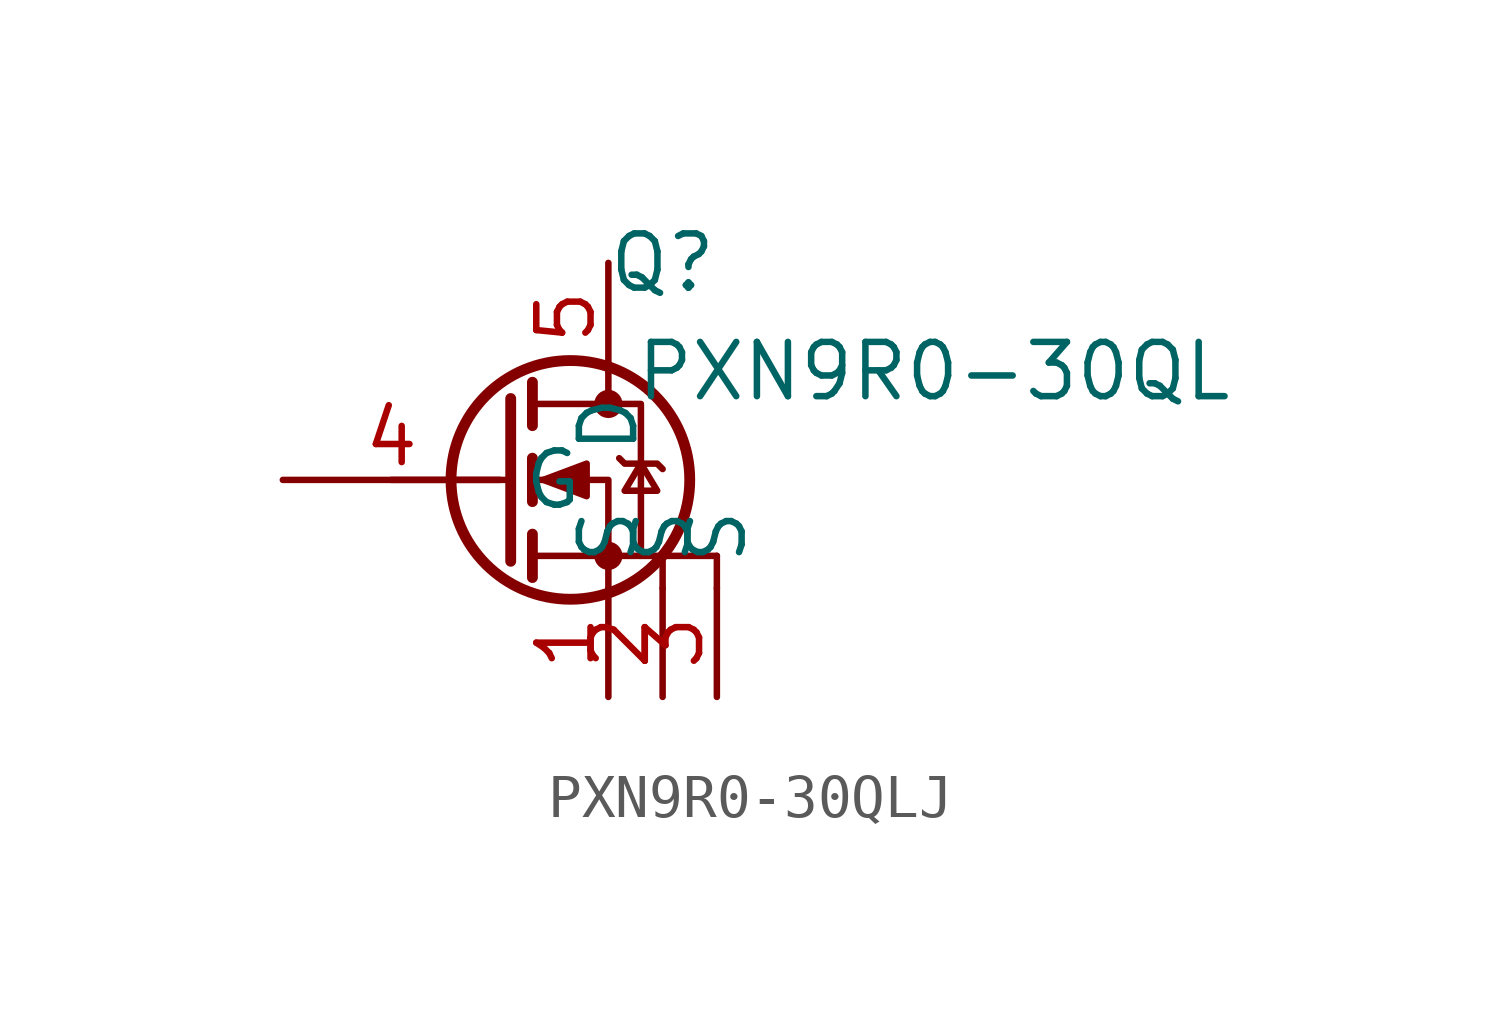
<source format=kicad_sym>
(kicad_symbol_lib
  (version 20220914)
  (generator kicad_symbol_editor)
  (symbol "PXN9R0-30QLJ"
    (property "Reference" "Q"
      (at 1.27 5.08 0)
      (effects (font (size 1.27 1.27))))
    (property "Value" "PXN9R0-30QL"
      (at 7.62 2.54 0)
      (effects (font (size 1.27 1.27))))
    (symbol "PXN9R0-30QLJ_0_1"
      (circle (center -0.889 0) (radius 2.794) (stroke (width 0.254) (type default)) (fill (type none)))
      (circle (center 0 -1.778) (radius 0.254) (stroke (width 0) (type default)) (fill (type outline)))
      (polyline (pts (xy -2.286 0) (xy -5.08 0)) (stroke (width 0) (type default)) (fill (type none)))
      (polyline (pts (xy -2.286 1.905) (xy -2.286 -1.905)) (stroke (width 0.254) (type default)) (fill (type none)))
      (polyline (pts (xy -1.778 -1.27) (xy -1.778 -2.286)) (stroke (width 0.254) (type default)) (fill (type none)))
      (polyline (pts (xy -1.778 0.508) (xy -1.778 -0.508)) (stroke (width 0.254) (type default)) (fill (type none)))
      (polyline (pts (xy -1.778 2.286) (xy -1.778 1.27)) (stroke (width 0.254) (type default)) (fill (type none)))
      (polyline (pts (xy 0 2.54) (xy 0 1.778)) (stroke (width 0) (type default)) (fill (type none)))
      (polyline (pts (xy 0.762 -1.778) (xy 2.54 -1.778)) (stroke (width 0) (type default)) (fill (type none)))
      (polyline (pts (xy 1.27 -2.54) (xy 1.27 -1.778)) (stroke (width 0) (type default)) (fill (type none)))
      (polyline (pts (xy 2.54 -2.54) (xy 2.54 -1.778)) (stroke (width 0) (type default)) (fill (type none)))
      (polyline (pts (xy 0 -2.54) (xy 0 0) (xy -1.778 0)) (stroke (width 0) (type default)) (fill (type none)))
      (polyline (pts (xy -1.778 -1.778) (xy 0.762 -1.778) (xy 0.762 1.778) (xy -1.778 1.778)) (stroke (width 0) (type default)) (fill (type none)))
      (polyline (pts (xy -1.524 0) (xy -0.508 0.381) (xy -0.508 -0.381) (xy -1.524 0)) (stroke (width 0) (type default)) (fill (type outline)))
      (polyline (pts (xy 0.254 0.508) (xy 0.381 0.381) (xy 1.143 0.381) (xy 1.27 0.254)) (stroke (width 0) (type default)) (fill (type none)))
      (polyline (pts (xy 0.762 0.381) (xy 0.381 -0.254) (xy 1.143 -0.254) (xy 0.762 0.381)) (stroke (width 0) (type default)) (fill (type none)))
      (circle (center 0 1.778) (radius 0.254) (stroke (width 0) (type default)) (fill (type outline))))
    (symbol "PXN9R0-30QLJ_1_1"
      (pin passive line (at 0 -5.08 90) (length 2.54) (name "S" (effects (font (size 1.27 1.27)))) (number "1" (effects (font (size 1.27 1.27)))))
      (pin passive line (at 1.27 -5.08 90) (length 2.54) (name "S" (effects (font (size 1.27 1.27)))) (number "2" (effects (font (size 1.27 1.27)))))
      (pin passive line (at 2.54 -5.08 90) (length 2.54) (name "S" (effects (font (size 1.27 1.27)))) (number "3" (effects (font (size 1.27 1.27)))))
      (pin input line (at -7.62 0 0) (length 5.08) (name "G" (effects (font (size 1.27 1.27)))) (number "4" (effects (font (size 1.27 1.27)))))
      (pin passive line (at 0 5.08 270) (length 2.54) (name "D" (effects (font (size 1.27 1.27)))) (number "5" (effects (font (size 1.27 1.27))))))))
</source>
